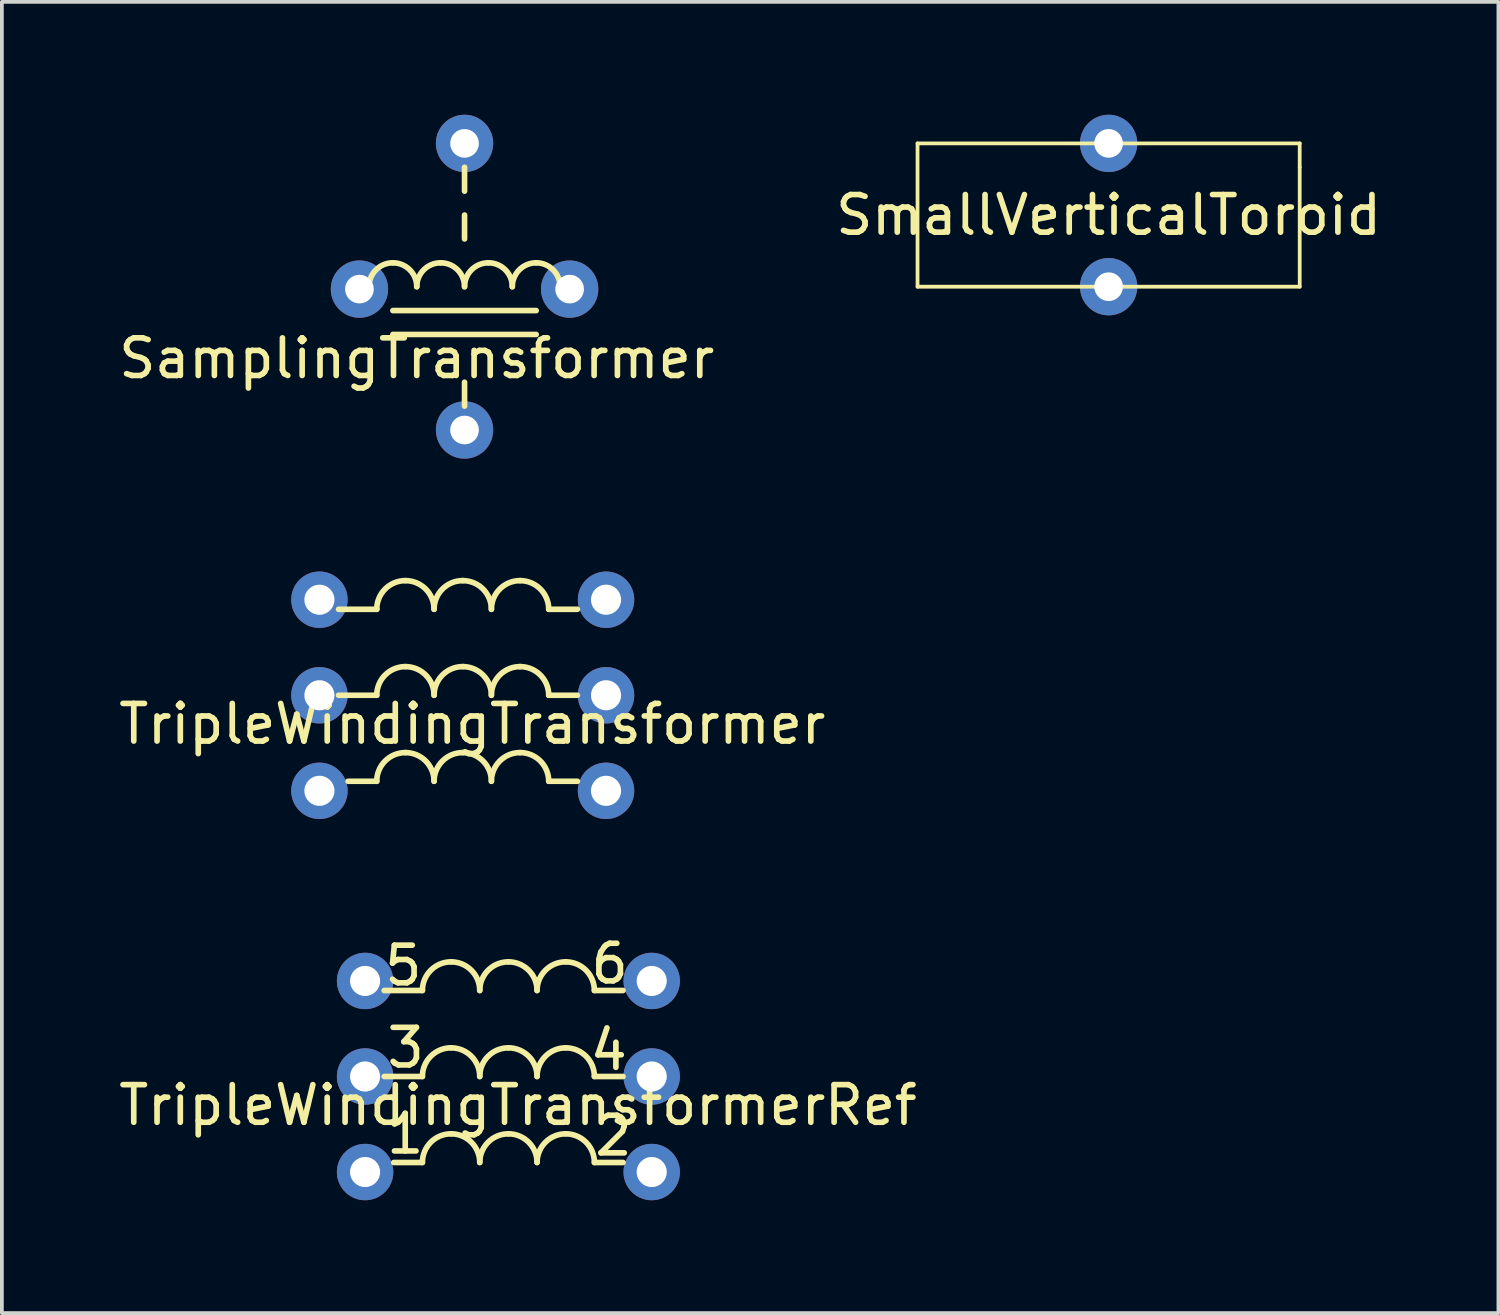
<source format=kicad_pcb>
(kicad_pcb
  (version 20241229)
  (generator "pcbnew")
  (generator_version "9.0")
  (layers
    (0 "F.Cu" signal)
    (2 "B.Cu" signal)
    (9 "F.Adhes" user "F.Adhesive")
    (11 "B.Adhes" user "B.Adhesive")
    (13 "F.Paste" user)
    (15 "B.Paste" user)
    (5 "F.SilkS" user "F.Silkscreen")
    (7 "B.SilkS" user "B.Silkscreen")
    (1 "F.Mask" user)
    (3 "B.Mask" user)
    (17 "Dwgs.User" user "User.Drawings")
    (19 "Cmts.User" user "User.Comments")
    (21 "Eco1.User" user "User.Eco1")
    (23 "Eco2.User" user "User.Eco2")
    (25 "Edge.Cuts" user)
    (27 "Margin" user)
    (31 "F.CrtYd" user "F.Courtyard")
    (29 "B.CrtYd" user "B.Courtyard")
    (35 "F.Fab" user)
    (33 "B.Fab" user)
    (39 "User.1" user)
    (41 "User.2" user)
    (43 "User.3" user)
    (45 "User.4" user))
  (footprint "SmallVerticalToroid"
    (layer "F.Cu")
    (at 26.423 2.667)
    (property "Reference" "SmallVerticalToroid" (at 0 0 0) (layer "F.SilkS") (effects (font (size 1 1) (thickness 0.15))))
    (attr through_hole)
    (fp_line (start -5.08 -1.905) (end 5.08 -1.905) (stroke (width 0.1) (type solid)) (layer "F.SilkS"))
    (fp_line (start -5.08 1.905) (end -5.08 -1.905) (stroke (width 0.1) (type solid)) (layer "F.SilkS"))
    (fp_line (start 5.08 -1.905) (end 5.08 -1.27) (stroke (width 0.1) (type solid)) (layer "F.SilkS"))
    (fp_line (start 5.08 -1.27) (end 5.08 1.905) (stroke (width 0.1) (type solid)) (layer "F.SilkS"))
    (fp_line (start 5.08 1.905) (end -5.08 1.905) (stroke (width 0.1) (type solid)) (layer "F.SilkS"))
    (pad "1" thru_hole circle (at 0 -1.905) (size 1.524 1.524) (drill 0.762) (layers "*.Cu" "*.Mask"))
    (pad "2" thru_hole circle (at 0 1.905) (size 1.524 1.524) (drill 0.762) (layers "*.Cu" "*.Mask")))
  (footprint "SamplingTransformer"
    (layer "F.Cu")
    (at 9.3 4.572)
    (property "Reference" "SamplingTransformer" (at -1.27 1.905 0) (layer "F.SilkS") (effects (font (size 1 1) (thickness 0.15))))
    (attr through_hole)
    (fp_line (start -1.905 0.635) (end 1.905 0.635) (stroke (width 0.15) (type solid)) (layer "F.SilkS"))
    (fp_line (start -1.905 1.27) (end 1.905 1.27) (stroke (width 0.15) (type solid)) (layer "F.SilkS"))
    (fp_line (start 0 -2.54) (end 0 -3.175) (stroke (width 0.15) (type solid)) (layer "F.SilkS"))
    (fp_line (start 0 -1.27) (end 0 -1.905) (stroke (width 0.15) (type solid)) (layer "F.SilkS"))
    (fp_line (start 0 2.54) (end 0 3.175) (stroke (width 0.15) (type solid)) (layer "F.SilkS"))
    (fp_arc (start -2.54 0) (mid -2.354013 -0.449013) (end -1.905 -0.635) (stroke (width 0.15) (type solid)) (layer "F.SilkS"))
    (fp_arc (start -1.905 -0.635) (mid -1.455987 -0.449013) (end -1.27 0) (stroke (width 0.15) (type solid)) (layer "F.SilkS"))
    (fp_arc (start -1.27 0) (mid -1.084013 -0.449013) (end -0.635 -0.635) (stroke (width 0.15) (type solid)) (layer "F.SilkS"))
    (fp_arc (start -0.635 -0.635) (mid -0.185987 -0.449013) (end 0 0) (stroke (width 0.15) (type solid)) (layer "F.SilkS"))
    (fp_arc (start 0 0) (mid 0.185987 -0.449013) (end 0.635 -0.635) (stroke (width 0.15) (type solid)) (layer "F.SilkS"))
    (fp_arc (start 0.635 -0.635) (mid 1.084013 -0.449013) (end 1.27 0) (stroke (width 0.15) (type solid)) (layer "F.SilkS"))
    (fp_arc (start 1.27 0) (mid 1.455987 -0.449013) (end 1.905 -0.635) (stroke (width 0.15) (type solid)) (layer "F.SilkS"))
    (fp_arc (start 1.905 -0.635) (mid 2.354013 -0.449013) (end 2.54 0) (stroke (width 0.15) (type solid)) (layer "F.SilkS"))
    (pad "1" thru_hole circle (at 0 -3.81) (size 1.524 1.524) (drill 0.762) (layers "*.Cu" "*.Mask"))
    (pad "2" thru_hole circle (at 0 3.81) (size 1.524 1.524) (drill 0.762) (layers "*.Cu" "*.Mask"))
    (pad "3" thru_hole circle (at -2.794 0.064) (size 1.524 1.524) (drill 0.762) (layers "*.Cu" "*.Mask"))
    (pad "4" thru_hole circle (at 2.794 0.064) (size 1.524 1.524) (drill 0.762) (layers "*.Cu" "*.Mask")))
  (footprint "TripleWindingTransformerRef"
    (layer "F.Cu")
    (at 10.466 25.569)
    (property "Reference" "TripleWindingTransformerRef" (at 0.254 0.762 0) (layer "F.SilkS") (effects (font (size 1 1) (thickness 0.15))))
    (attr through_hole)
    (fp_line (start -2.286 -2.286) (end -3.302 -2.286) (stroke (width 0.15) (type solid)) (layer "F.SilkS"))
    (fp_line (start -2.286 0) (end -3.302 0) (stroke (width 0.15) (type solid)) (layer "F.SilkS"))
    (fp_line (start -2.286 2.286) (end -3.048 2.286) (stroke (width 0.15) (type solid)) (layer "F.SilkS"))
    (fp_line (start 2.286 -2.286) (end 3.048 -2.286) (stroke (width 0.15) (type solid)) (layer "F.SilkS"))
    (fp_line (start 2.286 0) (end 3.048 0) (stroke (width 0.15) (type solid)) (layer "F.SilkS"))
    (fp_line (start 2.286 2.286) (end 3.048 2.286) (stroke (width 0.15) (type solid)) (layer "F.SilkS"))
    (fp_arc (start -2.286 -2.286) (mid -2.062815 -2.824815) (end -1.524 -3.048) (stroke (width 0.15) (type solid)) (layer "F.SilkS"))
    (fp_arc (start -2.286 0) (mid -2.062815 -0.538815) (end -1.524 -0.762) (stroke (width 0.15) (type solid)) (layer "F.SilkS"))
    (fp_arc (start -2.286 2.286) (mid -2.062815 1.747185) (end -1.524 1.524) (stroke (width 0.15) (type solid)) (layer "F.SilkS"))
    (fp_arc (start -1.524 -3.048) (mid -0.985185 -2.824815) (end -0.762 -2.286) (stroke (width 0.15) (type solid)) (layer "F.SilkS"))
    (fp_arc (start -1.524 -0.762) (mid -0.985185 -0.538815) (end -0.762 0) (stroke (width 0.15) (type solid)) (layer "F.SilkS"))
    (fp_arc (start -1.524 1.524) (mid -0.985185 1.747185) (end -0.762 2.286) (stroke (width 0.15) (type solid)) (layer "F.SilkS"))
    (fp_arc (start -0.762 -2.286) (mid -0.538815 -2.824815) (end 0 -3.048) (stroke (width 0.15) (type solid)) (layer "F.SilkS"))
    (fp_arc (start -0.762 0) (mid -0.538815 -0.538815) (end 0 -0.762) (stroke (width 0.15) (type solid)) (layer "F.SilkS"))
    (fp_arc (start -0.762 2.286) (mid -0.538815 1.747185) (end 0 1.524) (stroke (width 0.15) (type solid)) (layer "F.SilkS"))
    (fp_arc (start 0 -3.048) (mid 0.538815 -2.824815) (end 0.762 -2.286) (stroke (width 0.15) (type solid)) (layer "F.SilkS"))
    (fp_arc (start 0 -0.762) (mid 0.538815 -0.538815) (end 0.762 0) (stroke (width 0.15) (type solid)) (layer "F.SilkS"))
    (fp_arc (start 0 1.524) (mid 0.538815 1.747185) (end 0.762 2.286) (stroke (width 0.15) (type solid)) (layer "F.SilkS"))
    (fp_arc (start 0.762 -2.286) (mid 0.985185 -2.824815) (end 1.524 -3.048) (stroke (width 0.15) (type solid)) (layer "F.SilkS"))
    (fp_arc (start 0.762 0) (mid 0.985185 -0.538815) (end 1.524 -0.762) (stroke (width 0.15) (type solid)) (layer "F.SilkS"))
    (fp_arc (start 0.762 2.286) (mid 0.985185 1.747185) (end 1.524 1.524) (stroke (width 0.15) (type solid)) (layer "F.SilkS"))
    (fp_arc (start 1.524 -3.048) (mid 2.062815 -2.824815) (end 2.286 -2.286) (stroke (width 0.15) (type solid)) (layer "F.SilkS"))
    (fp_arc (start 1.524 -0.762) (mid 2.062815 -0.538815) (end 2.286 0) (stroke (width 0.15) (type solid)) (layer "F.SilkS"))
    (fp_arc (start 1.524 1.524) (mid 2.062815 1.747185) (end 2.286 2.286) (stroke (width 0.15) (type solid)) (layer "F.SilkS"))
    (fp_text user "3" (at -2.731 -0.762 0) (layer "F.SilkS") (effects (font (size 1 1) (thickness 0.15))))
    (fp_text user "2" (at 2.794 1.575 0) (layer "F.SilkS") (effects (font (size 1 1) (thickness 0.15))))
    (fp_text user "4" (at 2.667 -0.699 0) (layer "F.SilkS") (effects (font (size 1 1) (thickness 0.15))))
    (fp_text user "6" (at 2.692 -2.997 0) (layer "F.SilkS") (effects (font (size 1 1) (thickness 0.15))))
    (fp_text user "5" (at -2.794 -2.946 0) (layer "F.SilkS") (effects (font (size 1 1) (thickness 0.15))))
    (fp_text user "1" (at -2.743 1.524 0) (layer "F.SilkS") (effects (font (size 1 1) (thickness 0.15))))
    (pad "1" thru_hole circle (at -3.81 2.54) (size 1.5 1.5) (drill 0.8) (layers "*.Cu" "*.Mask"))
    (pad "2" thru_hole circle (at 3.81 2.54) (size 1.5 1.5) (drill 0.8) (layers "*.Cu" "*.Mask"))
    (pad "3" thru_hole circle (at -3.81 0) (size 1.5 1.5) (drill 0.8) (layers "*.Cu" "*.Mask"))
    (pad "4" thru_hole circle (at 3.81 0) (size 1.5 1.5) (drill 0.8) (layers "*.Cu" "*.Mask"))
    (pad "5" thru_hole circle (at -3.81 -2.54) (size 1.5 1.5) (drill 0.8) (layers "*.Cu" "*.Mask"))
    (pad "6" thru_hole circle (at 3.81 -2.54) (size 1.5 1.5) (drill 0.8) (layers "*.Cu" "*.Mask")))
  (footprint "TripleWindingTransformer"
    (layer "F.Cu")
    (at 9.252 15.434)
    (property "Reference" "TripleWindingTransformer" (at 0.254 0.762 0) (layer "F.SilkS") (effects (font (size 1 1) (thickness 0.15))))
    (attr through_hole)
    (fp_line (start -2.286 -2.286) (end -3.302 -2.286) (stroke (width 0.15) (type solid)) (layer "F.SilkS"))
    (fp_line (start -2.286 0) (end -3.302 0) (stroke (width 0.15) (type solid)) (layer "F.SilkS"))
    (fp_line (start -2.286 2.286) (end -3.048 2.286) (stroke (width 0.15) (type solid)) (layer "F.SilkS"))
    (fp_line (start 2.286 -2.286) (end 3.048 -2.286) (stroke (width 0.15) (type solid)) (layer "F.SilkS"))
    (fp_line (start 2.286 0) (end 3.048 0) (stroke (width 0.15) (type solid)) (layer "F.SilkS"))
    (fp_line (start 2.286 2.286) (end 3.048 2.286) (stroke (width 0.15) (type solid)) (layer "F.SilkS"))
    (fp_arc (start -2.286 -2.286) (mid -2.062815 -2.824815) (end -1.524 -3.048) (stroke (width 0.15) (type solid)) (layer "F.SilkS"))
    (fp_arc (start -2.286 0) (mid -2.062815 -0.538815) (end -1.524 -0.762) (stroke (width 0.15) (type solid)) (layer "F.SilkS"))
    (fp_arc (start -2.286 2.286) (mid -2.062815 1.747185) (end -1.524 1.524) (stroke (width 0.15) (type solid)) (layer "F.SilkS"))
    (fp_arc (start -1.524 -3.048) (mid -0.985185 -2.824815) (end -0.762 -2.286) (stroke (width 0.15) (type solid)) (layer "F.SilkS"))
    (fp_arc (start -1.524 -0.762) (mid -0.985185 -0.538815) (end -0.762 0) (stroke (width 0.15) (type solid)) (layer "F.SilkS"))
    (fp_arc (start -1.524 1.524) (mid -0.985185 1.747185) (end -0.762 2.286) (stroke (width 0.15) (type solid)) (layer "F.SilkS"))
    (fp_arc (start -0.762 -2.286) (mid -0.538815 -2.824815) (end 0 -3.048) (stroke (width 0.15) (type solid)) (layer "F.SilkS"))
    (fp_arc (start -0.762 0) (mid -0.538815 -0.538815) (end 0 -0.762) (stroke (width 0.15) (type solid)) (layer "F.SilkS"))
    (fp_arc (start -0.762 2.286) (mid -0.538815 1.747185) (end 0 1.524) (stroke (width 0.15) (type solid)) (layer "F.SilkS"))
    (fp_arc (start 0 -3.048) (mid 0.538815 -2.824815) (end 0.762 -2.286) (stroke (width 0.15) (type solid)) (layer "F.SilkS"))
    (fp_arc (start 0 -0.762) (mid 0.538815 -0.538815) (end 0.762 0) (stroke (width 0.15) (type solid)) (layer "F.SilkS"))
    (fp_arc (start 0 1.524) (mid 0.538815 1.747185) (end 0.762 2.286) (stroke (width 0.15) (type solid)) (layer "F.SilkS"))
    (fp_arc (start 0.762 -2.286) (mid 0.985185 -2.824815) (end 1.524 -3.048) (stroke (width 0.15) (type solid)) (layer "F.SilkS"))
    (fp_arc (start 0.762 0) (mid 0.985185 -0.538815) (end 1.524 -0.762) (stroke (width 0.15) (type solid)) (layer "F.SilkS"))
    (fp_arc (start 0.762 2.286) (mid 0.985185 1.747185) (end 1.524 1.524) (stroke (width 0.15) (type solid)) (layer "F.SilkS"))
    (fp_arc (start 1.524 -3.048) (mid 2.062815 -2.824815) (end 2.286 -2.286) (stroke (width 0.15) (type solid)) (layer "F.SilkS"))
    (fp_arc (start 1.524 -0.762) (mid 2.062815 -0.538815) (end 2.286 0) (stroke (width 0.15) (type solid)) (layer "F.SilkS"))
    (fp_arc (start 1.524 1.524) (mid 2.062815 1.747185) (end 2.286 2.286) (stroke (width 0.15) (type solid)) (layer "F.SilkS"))
    (pad "1" thru_hole circle (at -3.81 -2.54) (size 1.5 1.5) (drill 0.8) (layers "*.Cu" "*.Mask"))
    (pad "2" thru_hole circle (at 3.81 -2.54) (size 1.5 1.5) (drill 0.8) (layers "*.Cu" "*.Mask"))
    (pad "3" thru_hole circle (at -3.81 0) (size 1.5 1.5) (drill 0.8) (layers "*.Cu" "*.Mask"))
    (pad "4" thru_hole circle (at 3.81 0) (size 1.5 1.5) (drill 0.8) (layers "*.Cu" "*.Mask"))
    (pad "5" thru_hole circle (at -3.81 2.54) (size 1.5 1.5) (drill 0.8) (layers "*.Cu" "*.Mask"))
    (pad "6" thru_hole circle (at 3.81 2.54) (size 1.5 1.5) (drill 0.8) (layers "*.Cu" "*.Mask")))
  (gr_rect
    (start -3 -3)
    (end 36.786 31.859)
    (stroke (width 0.1) (type default))
    (fill no)
    (layer "Edge.Cuts")))
</source>
